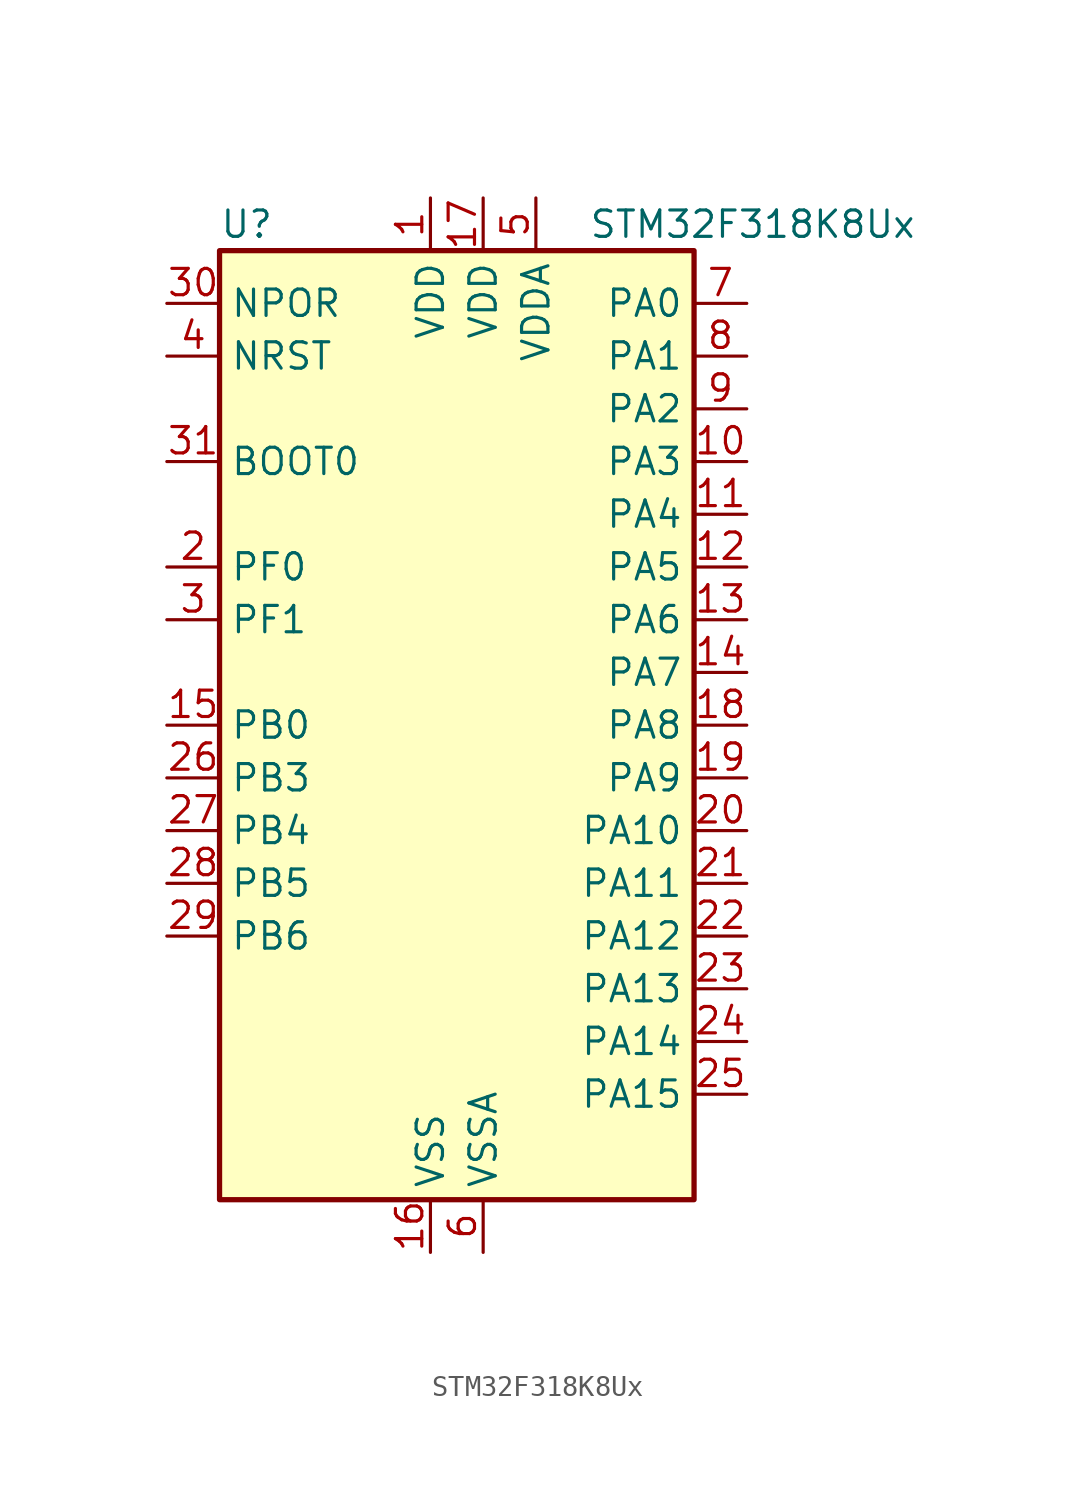
<source format=kicad_sym>
(kicad_symbol_lib
  (version 20220914)
  (generator kicad_symbol_editor)
  (symbol "STM32F318K8Ux"
    (property "Reference" "U"
      (at -10.16 24.13 0)
      (effects (font (size 1.27 1.27)) (justify left)))
    (property "Value" "STM32F318K8Ux"
      (at 7.62 24.13 0)
      (effects (font (size 1.27 1.27)) (justify left)))
    (property "ki_locked" ""
      (at 0 0 0)
      (effects (font (size 1.27 1.27))))
    (symbol "STM32F318K8Ux_0_1"
      (rectangle (start -10.16 -22.86) (end 12.7 22.86) (stroke (width 0.254) (type default)) (fill (type background))))
    (symbol "STM32F318K8Ux_1_1"
      (pin power_in line (at 0 25.4 270) (length 2.54) (name "VDD" (effects (font (size 1.27 1.27)))) (number "1" (effects (font (size 1.27 1.27)))))
      (pin bidirectional line (at 15.24 12.7 180) (length 2.54) (name "PA3" (effects (font (size 1.27 1.27)))) (number "10" (effects (font (size 1.27 1.27)))) (alternate "ADC1_IN4" bidirectional line) (alternate "TIM15_CH2" bidirectional line) (alternate "TIM2_CH4" bidirectional line) (alternate "TSC_G1_IO4" bidirectional line) (alternate "USART2_RX" bidirectional line))
      (pin bidirectional line (at 15.24 10.16 180) (length 2.54) (name "PA4" (effects (font (size 1.27 1.27)))) (number "11" (effects (font (size 1.27 1.27)))) (alternate "ADC1_IN5" bidirectional line) (alternate "COMP2_INM" bidirectional line) (alternate "COMP4_INM" bidirectional line) (alternate "DAC_OUT1" bidirectional line) (alternate "I2S3_WS" bidirectional line) (alternate "SPI3_NSS" bidirectional line) (alternate "TSC_G2_IO1" bidirectional line) (alternate "USART2_CK" bidirectional line))
      (pin bidirectional line (at 15.24 7.62 180) (length 2.54) (name "PA5" (effects (font (size 1.27 1.27)))) (number "12" (effects (font (size 1.27 1.27)))) (alternate "OPAMP2_VINM" bidirectional line) (alternate "OPAMP2_VINM_SEC" bidirectional line) (alternate "TIM2_CH1" bidirectional line) (alternate "TIM2_ETR" bidirectional line) (alternate "TSC_G2_IO2" bidirectional line))
      (pin bidirectional line (at 15.24 5.08 180) (length 2.54) (name "PA6" (effects (font (size 1.27 1.27)))) (number "13" (effects (font (size 1.27 1.27)))) (alternate "ADC1_IN10" bidirectional line) (alternate "OPAMP2_VOUT" bidirectional line) (alternate "TIM16_CH1" bidirectional line) (alternate "TIM1_BKIN" bidirectional line) (alternate "TSC_G2_IO3" bidirectional line))
      (pin bidirectional line (at 15.24 2.54 180) (length 2.54) (name "PA7" (effects (font (size 1.27 1.27)))) (number "14" (effects (font (size 1.27 1.27)))) (alternate "ADC1_IN15" bidirectional line) (alternate "COMP2_INP" bidirectional line) (alternate "OPAMP2_VINP" bidirectional line) (alternate "OPAMP2_VINP_SEC" bidirectional line) (alternate "TIM17_CH1" bidirectional line) (alternate "TIM1_CH1N" bidirectional line) (alternate "TSC_G2_IO4" bidirectional line))
      (pin bidirectional line (at -12.7 0 0) (length 2.54) (name "PB0" (effects (font (size 1.27 1.27)))) (number "15" (effects (font (size 1.27 1.27)))) (alternate "ADC1_IN11" bidirectional line) (alternate "COMP4_INP" bidirectional line) (alternate "OPAMP2_VINP" bidirectional line) (alternate "OPAMP2_VINP_SEC" bidirectional line) (alternate "TIM1_CH2N" bidirectional line) (alternate "TSC_G3_IO2" bidirectional line))
      (pin power_in line (at 0 -25.4 90) (length 2.54) (name "VSS" (effects (font (size 1.27 1.27)))) (number "16" (effects (font (size 1.27 1.27)))))
      (pin power_in line (at 2.54 25.4 270) (length 2.54) (name "VDD" (effects (font (size 1.27 1.27)))) (number "17" (effects (font (size 1.27 1.27)))))
      (pin bidirectional line (at 15.24 0 180) (length 2.54) (name "PA8" (effects (font (size 1.27 1.27)))) (number "18" (effects (font (size 1.27 1.27)))) (alternate "I2C2_SMBA" bidirectional line) (alternate "I2C3_SCL" bidirectional line) (alternate "I2S2_MCK" bidirectional line) (alternate "RCC_MCO" bidirectional line) (alternate "TIM1_CH1" bidirectional line) (alternate "USART1_CK" bidirectional line))
      (pin bidirectional line (at 15.24 -2.54 180) (length 2.54) (name "PA9" (effects (font (size 1.27 1.27)))) (number "19" (effects (font (size 1.27 1.27)))) (alternate "DAC_EXTI9" bidirectional line) (alternate "I2C2_SCL" bidirectional line) (alternate "I2C3_SMBA" bidirectional line) (alternate "I2S3_MCK" bidirectional line) (alternate "TIM15_BKIN" bidirectional line) (alternate "TIM1_CH2" bidirectional line) (alternate "TIM2_CH3" bidirectional line) (alternate "TSC_G4_IO1" bidirectional line) (alternate "USART1_TX" bidirectional line))
      (pin bidirectional line (at -12.7 7.62 0) (length 2.54) (name "PF0" (effects (font (size 1.27 1.27)))) (number "2" (effects (font (size 1.27 1.27)))) (alternate "I2C2_SDA" bidirectional line) (alternate "I2S2_WS" bidirectional line) (alternate "RCC_OSC_IN" bidirectional line) (alternate "SPI2_NSS" bidirectional line) (alternate "TIM1_CH3N" bidirectional line))
      (pin bidirectional line (at 15.24 -5.08 180) (length 2.54) (name "PA10" (effects (font (size 1.27 1.27)))) (number "20" (effects (font (size 1.27 1.27)))) (alternate "I2C2_SDA" bidirectional line) (alternate "I2S2_ext_SD" bidirectional line) (alternate "SPI2_MISO" bidirectional line) (alternate "TIM17_BKIN" bidirectional line) (alternate "TIM1_CH3" bidirectional line) (alternate "TIM2_CH4" bidirectional line) (alternate "TSC_G4_IO2" bidirectional line) (alternate "USART1_RX" bidirectional line))
      (pin bidirectional line (at 15.24 -7.62 180) (length 2.54) (name "PA11" (effects (font (size 1.27 1.27)))) (number "21" (effects (font (size 1.27 1.27)))) (alternate "ADC1_EXTI11" bidirectional line) (alternate "I2S2_SD" bidirectional line) (alternate "SPI2_MOSI" bidirectional line) (alternate "TIM1_BKIN2" bidirectional line) (alternate "TIM1_CH1N" bidirectional line) (alternate "TIM1_CH4" bidirectional line) (alternate "USART1_CTS" bidirectional line))
      (pin bidirectional line (at 15.24 -10.16 180) (length 2.54) (name "PA12" (effects (font (size 1.27 1.27)))) (number "22" (effects (font (size 1.27 1.27)))) (alternate "COMP2_OUT" bidirectional line) (alternate "I2S_CKIN" bidirectional line) (alternate "TIM16_CH1" bidirectional line) (alternate "TIM1_CH2N" bidirectional line) (alternate "TIM1_ETR" bidirectional line) (alternate "USART1_DE" bidirectional line) (alternate "USART1_RTS" bidirectional line))
      (pin bidirectional line (at 15.24 -12.7 180) (length 2.54) (name "PA13" (effects (font (size 1.27 1.27)))) (number "23" (effects (font (size 1.27 1.27)))) (alternate "IR_OUT" bidirectional line) (alternate "SYS_JTMS-SWDIO" bidirectional line) (alternate "TIM16_CH1N" bidirectional line) (alternate "TSC_G4_IO3" bidirectional line))
      (pin bidirectional line (at 15.24 -15.24 180) (length 2.54) (name "PA14" (effects (font (size 1.27 1.27)))) (number "24" (effects (font (size 1.27 1.27)))) (alternate "I2C1_SDA" bidirectional line) (alternate "SYS_JTCK-SWCLK" bidirectional line) (alternate "TIM1_BKIN" bidirectional line) (alternate "TSC_G4_IO4" bidirectional line) (alternate "USART2_TX" bidirectional line))
      (pin bidirectional line (at 15.24 -17.78 180) (length 2.54) (name "PA15" (effects (font (size 1.27 1.27)))) (number "25" (effects (font (size 1.27 1.27)))) (alternate "ADC1_EXTI15" bidirectional line) (alternate "I2C1_SCL" bidirectional line) (alternate "I2S3_WS" bidirectional line) (alternate "SPI3_NSS" bidirectional line) (alternate "SYS_JTDI" bidirectional line) (alternate "TIM1_BKIN" bidirectional line) (alternate "TIM2_CH1" bidirectional line) (alternate "TIM2_ETR" bidirectional line) (alternate "TSC_SYNC" bidirectional line) (alternate "USART2_RX" bidirectional line))
      (pin bidirectional line (at -12.7 -2.54 0) (length 2.54) (name "PB3" (effects (font (size 1.27 1.27)))) (number "26" (effects (font (size 1.27 1.27)))) (alternate "I2S3_CK" bidirectional line) (alternate "SPI3_SCK" bidirectional line) (alternate "SYS_JTDO-TRACESWO" bidirectional line) (alternate "TIM2_CH2" bidirectional line) (alternate "TSC_G5_IO1" bidirectional line) (alternate "USART2_TX" bidirectional line))
      (pin bidirectional line (at -12.7 -5.08 0) (length 2.54) (name "PB4" (effects (font (size 1.27 1.27)))) (number "27" (effects (font (size 1.27 1.27)))) (alternate "I2S3_ext_SD" bidirectional line) (alternate "SPI3_MISO" bidirectional line) (alternate "SYS_NJTRST" bidirectional line) (alternate "TIM16_CH1" bidirectional line) (alternate "TIM17_BKIN" bidirectional line) (alternate "TSC_G5_IO2" bidirectional line) (alternate "USART2_RX" bidirectional line))
      (pin bidirectional line (at -12.7 -7.62 0) (length 2.54) (name "PB5" (effects (font (size 1.27 1.27)))) (number "28" (effects (font (size 1.27 1.27)))) (alternate "I2C1_SMBA" bidirectional line) (alternate "I2C3_SDA" bidirectional line) (alternate "I2S3_SD" bidirectional line) (alternate "SPI3_MOSI" bidirectional line) (alternate "TIM16_BKIN" bidirectional line) (alternate "TIM17_CH1" bidirectional line) (alternate "USART2_CK" bidirectional line))
      (pin bidirectional line (at -12.7 -10.16 0) (length 2.54) (name "PB6" (effects (font (size 1.27 1.27)))) (number "29" (effects (font (size 1.27 1.27)))) (alternate "I2C1_SCL" bidirectional line) (alternate "TIM16_CH1N" bidirectional line) (alternate "TSC_G5_IO3" bidirectional line) (alternate "USART1_TX" bidirectional line))
      (pin bidirectional line (at -12.7 5.08 0) (length 2.54) (name "PF1" (effects (font (size 1.27 1.27)))) (number "3" (effects (font (size 1.27 1.27)))) (alternate "I2C2_SCL" bidirectional line) (alternate "I2S2_CK" bidirectional line) (alternate "RCC_OSC_OUT" bidirectional line) (alternate "SPI2_SCK" bidirectional line))
      (pin input line (at -12.7 20.32 0) (length 2.54) (name "NPOR" (effects (font (size 1.27 1.27)))) (number "30" (effects (font (size 1.27 1.27)))))
      (pin input line (at -12.7 12.7 0) (length 2.54) (name "BOOT0" (effects (font (size 1.27 1.27)))) (number "31" (effects (font (size 1.27 1.27)))))
      (pin passive line (at 0 -25.4 90) (length 2.54) hide (name "VSS" (effects (font (size 1.27 1.27)))) (number "32" (effects (font (size 1.27 1.27)))))
      (pin passive line (at 0 -25.4 90) (length 2.54) hide (name "VSS" (effects (font (size 1.27 1.27)))) (number "33" (effects (font (size 1.27 1.27)))))
      (pin input line (at -12.7 17.78 0) (length 2.54) (name "NRST" (effects (font (size 1.27 1.27)))) (number "4" (effects (font (size 1.27 1.27)))))
      (pin power_in line (at 5.08 25.4 270) (length 2.54) (name "VDDA" (effects (font (size 1.27 1.27)))) (number "5" (effects (font (size 1.27 1.27)))))
      (pin power_in line (at 2.54 -25.4 90) (length 2.54) (name "VSSA" (effects (font (size 1.27 1.27)))) (number "6" (effects (font (size 1.27 1.27)))))
      (pin bidirectional line (at 15.24 20.32 180) (length 2.54) (name "PA0" (effects (font (size 1.27 1.27)))) (number "7" (effects (font (size 1.27 1.27)))) (alternate "ADC1_IN1" bidirectional line) (alternate "RTC_TAMP2" bidirectional line) (alternate "SYS_WKUP1" bidirectional line) (alternate "TIM2_CH1" bidirectional line) (alternate "TIM2_ETR" bidirectional line) (alternate "TSC_G1_IO1" bidirectional line) (alternate "USART2_CTS" bidirectional line))
      (pin bidirectional line (at 15.24 17.78 180) (length 2.54) (name "PA1" (effects (font (size 1.27 1.27)))) (number "8" (effects (font (size 1.27 1.27)))) (alternate "ADC1_IN2" bidirectional line) (alternate "RTC_REFIN" bidirectional line) (alternate "TIM15_CH1N" bidirectional line) (alternate "TIM2_CH2" bidirectional line) (alternate "TSC_G1_IO2" bidirectional line) (alternate "USART2_DE" bidirectional line) (alternate "USART2_RTS" bidirectional line))
      (pin bidirectional line (at 15.24 15.24 180) (length 2.54) (name "PA2" (effects (font (size 1.27 1.27)))) (number "9" (effects (font (size 1.27 1.27)))) (alternate "ADC1_IN3" bidirectional line) (alternate "COMP2_INM" bidirectional line) (alternate "COMP2_OUT" bidirectional line) (alternate "TIM15_CH1" bidirectional line) (alternate "TIM2_CH3" bidirectional line) (alternate "TSC_G1_IO3" bidirectional line) (alternate "USART2_TX" bidirectional line)))))
</source>
